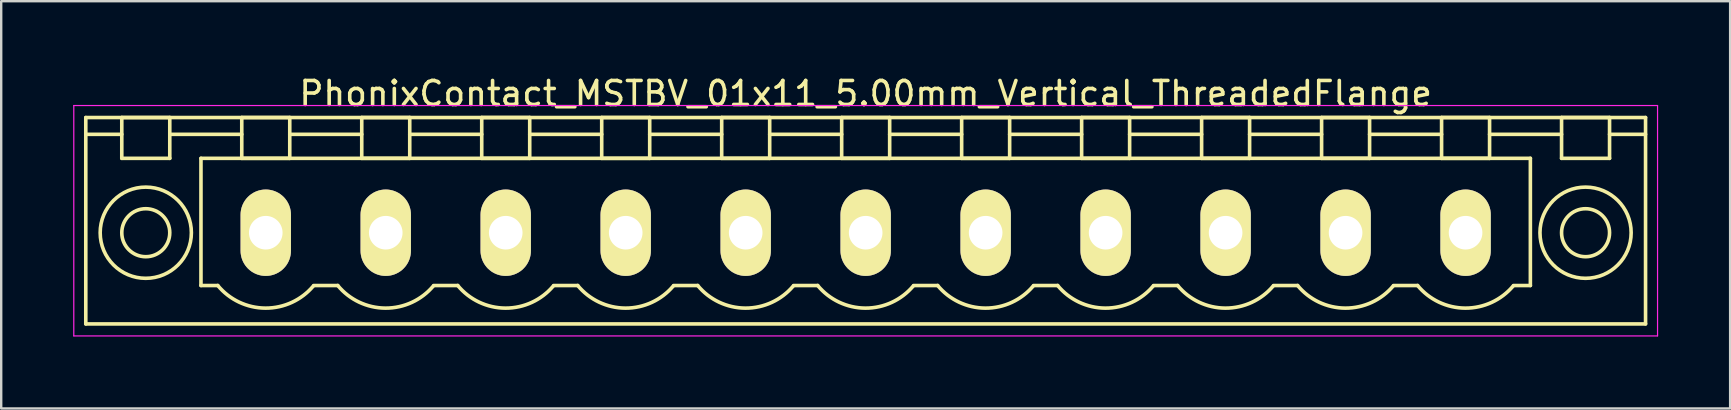
<source format=kicad_pcb>
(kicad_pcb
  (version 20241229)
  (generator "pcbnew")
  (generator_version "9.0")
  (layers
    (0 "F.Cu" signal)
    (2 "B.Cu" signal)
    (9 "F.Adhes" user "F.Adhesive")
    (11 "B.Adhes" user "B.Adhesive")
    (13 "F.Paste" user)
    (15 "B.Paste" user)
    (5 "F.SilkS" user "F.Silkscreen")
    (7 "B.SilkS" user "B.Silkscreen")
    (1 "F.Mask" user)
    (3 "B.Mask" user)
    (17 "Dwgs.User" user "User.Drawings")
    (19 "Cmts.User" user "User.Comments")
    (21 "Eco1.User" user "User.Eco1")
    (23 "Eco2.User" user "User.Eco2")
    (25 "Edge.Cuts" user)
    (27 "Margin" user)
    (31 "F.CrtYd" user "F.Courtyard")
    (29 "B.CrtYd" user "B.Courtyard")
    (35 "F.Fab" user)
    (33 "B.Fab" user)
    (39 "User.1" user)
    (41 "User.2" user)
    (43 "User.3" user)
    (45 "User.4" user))
  (footprint "PhonixContact_MSTBV_01x11_5.00mm_Vertical_ThreadedFlange"
    (layer "F.Cu")
    (at 8.025 6.648)
    (property "Reference" "PhonixContact_MSTBV_01x11_5.00mm_Vertical_ThreadedFlange" (at 25 -5.8 0) (layer "F.SilkS") (effects (font (size 1 1) (thickness 0.15))))
    (attr through_hole)
    (fp_line (start -7.5 -4.8) (end -7.5 3.8) (stroke (width 0.15) (type solid)) (layer "F.SilkS"))
    (fp_line (start -7.5 -4.1) (end -6 -4.1) (stroke (width 0.15) (type solid)) (layer "F.SilkS"))
    (fp_line (start -7.5 3.8) (end 57.5 3.8) (stroke (width 0.15) (type solid)) (layer "F.SilkS"))
    (fp_line (start -6 -4.8) (end -4 -4.8) (stroke (width 0.15) (type solid)) (layer "F.SilkS"))
    (fp_line (start -6 -3.1) (end -6 -4.8) (stroke (width 0.15) (type solid)) (layer "F.SilkS"))
    (fp_line (start -4 -4.8) (end -4 -3.1) (stroke (width 0.15) (type solid)) (layer "F.SilkS"))
    (fp_line (start -4 -4.1) (end -1 -4.1) (stroke (width 0.15) (type solid)) (layer "F.SilkS"))
    (fp_line (start -4 -3.1) (end -6 -3.1) (stroke (width 0.15) (type solid)) (layer "F.SilkS"))
    (fp_line (start -2.7 -3.1) (end 52.7 -3.1) (stroke (width 0.15) (type solid)) (layer "F.SilkS"))
    (fp_line (start -2.7 2.2) (end -2.7 -3.1) (stroke (width 0.15) (type solid)) (layer "F.SilkS"))
    (fp_line (start -2 2.2) (end -2.7 2.2) (stroke (width 0.15) (type solid)) (layer "F.SilkS"))
    (fp_line (start -1 -4.8) (end 1 -4.8) (stroke (width 0.15) (type solid)) (layer "F.SilkS"))
    (fp_line (start -1 -3.1) (end -1 -4.8) (stroke (width 0.15) (type solid)) (layer "F.SilkS"))
    (fp_line (start 1 -4.8) (end 1 -3.1) (stroke (width 0.15) (type solid)) (layer "F.SilkS"))
    (fp_line (start 1 -4.1) (end 4 -4.1) (stroke (width 0.15) (type solid)) (layer "F.SilkS"))
    (fp_line (start 1 -3.1) (end -1 -3.1) (stroke (width 0.15) (type solid)) (layer "F.SilkS"))
    (fp_line (start 2 2.2) (end 3 2.2) (stroke (width 0.15) (type solid)) (layer "F.SilkS"))
    (fp_line (start 4 -4.8) (end 6 -4.8) (stroke (width 0.15) (type solid)) (layer "F.SilkS"))
    (fp_line (start 4 -3.1) (end 4 -4.8) (stroke (width 0.15) (type solid)) (layer "F.SilkS"))
    (fp_line (start 6 -4.8) (end 6 -3.1) (stroke (width 0.15) (type solid)) (layer "F.SilkS"))
    (fp_line (start 6 -4.1) (end 9 -4.1) (stroke (width 0.15) (type solid)) (layer "F.SilkS"))
    (fp_line (start 6 -3.1) (end 4 -3.1) (stroke (width 0.15) (type solid)) (layer "F.SilkS"))
    (fp_line (start 7 2.2) (end 8 2.2) (stroke (width 0.15) (type solid)) (layer "F.SilkS"))
    (fp_line (start 9 -4.8) (end 11 -4.8) (stroke (width 0.15) (type solid)) (layer "F.SilkS"))
    (fp_line (start 9 -3.1) (end 9 -4.8) (stroke (width 0.15) (type solid)) (layer "F.SilkS"))
    (fp_line (start 11 -4.8) (end 11 -3.1) (stroke (width 0.15) (type solid)) (layer "F.SilkS"))
    (fp_line (start 11 -4.1) (end 14 -4.1) (stroke (width 0.15) (type solid)) (layer "F.SilkS"))
    (fp_line (start 11 -3.1) (end 9 -3.1) (stroke (width 0.15) (type solid)) (layer "F.SilkS"))
    (fp_line (start 12 2.2) (end 13 2.2) (stroke (width 0.15) (type solid)) (layer "F.SilkS"))
    (fp_line (start 14 -4.8) (end 16 -4.8) (stroke (width 0.15) (type solid)) (layer "F.SilkS"))
    (fp_line (start 14 -3.1) (end 14 -4.8) (stroke (width 0.15) (type solid)) (layer "F.SilkS"))
    (fp_line (start 16 -4.8) (end 16 -3.1) (stroke (width 0.15) (type solid)) (layer "F.SilkS"))
    (fp_line (start 16 -4.1) (end 19 -4.1) (stroke (width 0.15) (type solid)) (layer "F.SilkS"))
    (fp_line (start 16 -3.1) (end 14 -3.1) (stroke (width 0.15) (type solid)) (layer "F.SilkS"))
    (fp_line (start 17 2.2) (end 18 2.2) (stroke (width 0.15) (type solid)) (layer "F.SilkS"))
    (fp_line (start 19 -4.8) (end 21 -4.8) (stroke (width 0.15) (type solid)) (layer "F.SilkS"))
    (fp_line (start 19 -3.1) (end 19 -4.8) (stroke (width 0.15) (type solid)) (layer "F.SilkS"))
    (fp_line (start 21 -4.8) (end 21 -3.1) (stroke (width 0.15) (type solid)) (layer "F.SilkS"))
    (fp_line (start 21 -4.1) (end 24 -4.1) (stroke (width 0.15) (type solid)) (layer "F.SilkS"))
    (fp_line (start 21 -3.1) (end 19 -3.1) (stroke (width 0.15) (type solid)) (layer "F.SilkS"))
    (fp_line (start 22 2.2) (end 23 2.2) (stroke (width 0.15) (type solid)) (layer "F.SilkS"))
    (fp_line (start 24 -4.8) (end 26 -4.8) (stroke (width 0.15) (type solid)) (layer "F.SilkS"))
    (fp_line (start 24 -3.1) (end 24 -4.8) (stroke (width 0.15) (type solid)) (layer "F.SilkS"))
    (fp_line (start 26 -4.8) (end 26 -3.1) (stroke (width 0.15) (type solid)) (layer "F.SilkS"))
    (fp_line (start 26 -4.1) (end 29 -4.1) (stroke (width 0.15) (type solid)) (layer "F.SilkS"))
    (fp_line (start 26 -3.1) (end 24 -3.1) (stroke (width 0.15) (type solid)) (layer "F.SilkS"))
    (fp_line (start 27 2.2) (end 28 2.2) (stroke (width 0.15) (type solid)) (layer "F.SilkS"))
    (fp_line (start 29 -4.8) (end 31 -4.8) (stroke (width 0.15) (type solid)) (layer "F.SilkS"))
    (fp_line (start 29 -3.1) (end 29 -4.8) (stroke (width 0.15) (type solid)) (layer "F.SilkS"))
    (fp_line (start 31 -4.8) (end 31 -3.1) (stroke (width 0.15) (type solid)) (layer "F.SilkS"))
    (fp_line (start 31 -4.1) (end 34 -4.1) (stroke (width 0.15) (type solid)) (layer "F.SilkS"))
    (fp_line (start 31 -3.1) (end 29 -3.1) (stroke (width 0.15) (type solid)) (layer "F.SilkS"))
    (fp_line (start 32 2.2) (end 33 2.2) (stroke (width 0.15) (type solid)) (layer "F.SilkS"))
    (fp_line (start 34 -4.8) (end 36 -4.8) (stroke (width 0.15) (type solid)) (layer "F.SilkS"))
    (fp_line (start 34 -3.1) (end 34 -4.8) (stroke (width 0.15) (type solid)) (layer "F.SilkS"))
    (fp_line (start 36 -4.8) (end 36 -3.1) (stroke (width 0.15) (type solid)) (layer "F.SilkS"))
    (fp_line (start 36 -4.1) (end 39 -4.1) (stroke (width 0.15) (type solid)) (layer "F.SilkS"))
    (fp_line (start 36 -3.1) (end 34 -3.1) (stroke (width 0.15) (type solid)) (layer "F.SilkS"))
    (fp_line (start 37 2.2) (end 38 2.2) (stroke (width 0.15) (type solid)) (layer "F.SilkS"))
    (fp_line (start 39 -4.8) (end 41 -4.8) (stroke (width 0.15) (type solid)) (layer "F.SilkS"))
    (fp_line (start 39 -3.1) (end 39 -4.8) (stroke (width 0.15) (type solid)) (layer "F.SilkS"))
    (fp_line (start 41 -4.8) (end 41 -3.1) (stroke (width 0.15) (type solid)) (layer "F.SilkS"))
    (fp_line (start 41 -4.1) (end 44 -4.1) (stroke (width 0.15) (type solid)) (layer "F.SilkS"))
    (fp_line (start 41 -3.1) (end 39 -3.1) (stroke (width 0.15) (type solid)) (layer "F.SilkS"))
    (fp_line (start 42 2.2) (end 43 2.2) (stroke (width 0.15) (type solid)) (layer "F.SilkS"))
    (fp_line (start 44 -4.8) (end 46 -4.8) (stroke (width 0.15) (type solid)) (layer "F.SilkS"))
    (fp_line (start 44 -3.1) (end 44 -4.8) (stroke (width 0.15) (type solid)) (layer "F.SilkS"))
    (fp_line (start 46 -4.8) (end 46 -3.1) (stroke (width 0.15) (type solid)) (layer "F.SilkS"))
    (fp_line (start 46 -4.1) (end 49 -4.1) (stroke (width 0.15) (type solid)) (layer "F.SilkS"))
    (fp_line (start 46 -3.1) (end 44 -3.1) (stroke (width 0.15) (type solid)) (layer "F.SilkS"))
    (fp_line (start 47 2.2) (end 48 2.2) (stroke (width 0.15) (type solid)) (layer "F.SilkS"))
    (fp_line (start 49 -4.8) (end 51 -4.8) (stroke (width 0.15) (type solid)) (layer "F.SilkS"))
    (fp_line (start 49 -3.1) (end 49 -4.8) (stroke (width 0.15) (type solid)) (layer "F.SilkS"))
    (fp_line (start 51 -4.8) (end 51 -3.1) (stroke (width 0.15) (type solid)) (layer "F.SilkS"))
    (fp_line (start 51 -4.1) (end 54 -4.1) (stroke (width 0.15) (type solid)) (layer "F.SilkS"))
    (fp_line (start 51 -3.1) (end 49 -3.1) (stroke (width 0.15) (type solid)) (layer "F.SilkS"))
    (fp_line (start 52.7 -3.1) (end 52.7 2.2) (stroke (width 0.15) (type solid)) (layer "F.SilkS"))
    (fp_line (start 52.7 2.2) (end 52 2.2) (stroke (width 0.15) (type solid)) (layer "F.SilkS"))
    (fp_line (start 54 -4.8) (end 56 -4.8) (stroke (width 0.15) (type solid)) (layer "F.SilkS"))
    (fp_line (start 54 -3.1) (end 54 -4.8) (stroke (width 0.15) (type solid)) (layer "F.SilkS"))
    (fp_line (start 56 -4.8) (end 56 -3.1) (stroke (width 0.15) (type solid)) (layer "F.SilkS"))
    (fp_line (start 56 -3.1) (end 54 -3.1) (stroke (width 0.15) (type solid)) (layer "F.SilkS"))
    (fp_line (start 57.5 -4.8) (end -7.5 -4.8) (stroke (width 0.15) (type solid)) (layer "F.SilkS"))
    (fp_line (start 57.5 -4.1) (end 56 -4.1) (stroke (width 0.15) (type solid)) (layer "F.SilkS"))
    (fp_line (start 57.5 3.8) (end 57.5 -4.8) (stroke (width 0.15) (type solid)) (layer "F.SilkS"))
    (fp_arc (start 1.986842 2.215821) (mid -0.010289 3.142758) (end -2 2.2) (stroke (width 0.15) (type solid)) (layer "F.SilkS"))
    (fp_arc (start 6.986842 2.215821) (mid 4.989711 3.142758) (end 3 2.2) (stroke (width 0.15) (type solid)) (layer "F.SilkS"))
    (fp_arc (start 11.986842 2.215821) (mid 9.989711 3.142758) (end 8 2.2) (stroke (width 0.15) (type solid)) (layer "F.SilkS"))
    (fp_arc (start 16.986842 2.215821) (mid 14.989711 3.142758) (end 13 2.2) (stroke (width 0.15) (type solid)) (layer "F.SilkS"))
    (fp_arc (start 21.986842 2.215821) (mid 19.989711 3.142758) (end 18 2.2) (stroke (width 0.15) (type solid)) (layer "F.SilkS"))
    (fp_arc (start 26.986842 2.215821) (mid 24.989711 3.142758) (end 23 2.2) (stroke (width 0.15) (type solid)) (layer "F.SilkS"))
    (fp_arc (start 31.986842 2.215821) (mid 29.989711 3.142758) (end 28 2.2) (stroke (width 0.15) (type solid)) (layer "F.SilkS"))
    (fp_arc (start 36.986842 2.215821) (mid 34.989711 3.142758) (end 33 2.2) (stroke (width 0.15) (type solid)) (layer "F.SilkS"))
    (fp_arc (start 41.986842 2.215821) (mid 39.989711 3.142758) (end 38 2.2) (stroke (width 0.15) (type solid)) (layer "F.SilkS"))
    (fp_arc (start 46.986842 2.215821) (mid 44.989711 3.142758) (end 43 2.2) (stroke (width 0.15) (type solid)) (layer "F.SilkS"))
    (fp_arc (start 51.986842 2.215821) (mid 49.989711 3.142758) (end 48 2.2) (stroke (width 0.15) (type solid)) (layer "F.SilkS"))
    (fp_circle (center -5 0) (end -4 0) (stroke (width 0.15) (type solid)) (fill no) (layer "F.SilkS"))
    (fp_circle (center -5 0) (end -3.1 0) (stroke (width 0.15) (type solid)) (fill no) (layer "F.SilkS"))
    (fp_circle (center 55 0) (end 56 0) (stroke (width 0.15) (type solid)) (fill no) (layer "F.SilkS"))
    (fp_circle (center 55 0) (end 56.9 0) (stroke (width 0.15) (type solid)) (fill no) (layer "F.SilkS"))
    (fp_line (start -8 -5.3) (end -8 4.3) (stroke (width 0.05) (type solid)) (layer "F.CrtYd"))
    (fp_line (start -8 4.3) (end 58 4.3) (stroke (width 0.05) (type solid)) (layer "F.CrtYd"))
    (fp_line (start 58 -5.3) (end -8 -5.3) (stroke (width 0.05) (type solid)) (layer "F.CrtYd"))
    (fp_line (start 58 4.3) (end 58 -5.3) (stroke (width 0.05) (type solid)) (layer "F.CrtYd"))
    (pad "1" thru_hole oval (at 0 0) (size 2.1 3.6) (drill 1.4) (layers "*.Cu" "*.Mask" "F.SilkS"))
    (pad "2" thru_hole oval (at 5 0) (size 2.1 3.6) (drill 1.4) (layers "*.Cu" "*.Mask" "F.SilkS"))
    (pad "3" thru_hole oval (at 10 0) (size 2.1 3.6) (drill 1.4) (layers "*.Cu" "*.Mask" "F.SilkS"))
    (pad "4" thru_hole oval (at 15 0) (size 2.1 3.6) (drill 1.4) (layers "*.Cu" "*.Mask" "F.SilkS"))
    (pad "5" thru_hole oval (at 20 0) (size 2.1 3.6) (drill 1.4) (layers "*.Cu" "*.Mask" "F.SilkS"))
    (pad "6" thru_hole oval (at 25 0) (size 2.1 3.6) (drill 1.4) (layers "*.Cu" "*.Mask" "F.SilkS"))
    (pad "7" thru_hole oval (at 30 0) (size 2.1 3.6) (drill 1.4) (layers "*.Cu" "*.Mask" "F.SilkS"))
    (pad "8" thru_hole oval (at 35 0) (size 2.1 3.6) (drill 1.4) (layers "*.Cu" "*.Mask" "F.SilkS"))
    (pad "9" thru_hole oval (at 40 0) (size 2.1 3.6) (drill 1.4) (layers "*.Cu" "*.Mask" "F.SilkS"))
    (pad "10" thru_hole oval (at 45 0) (size 2.1 3.6) (drill 1.4) (layers "*.Cu" "*.Mask" "F.SilkS"))
    (pad "11" thru_hole oval (at 50 0) (size 2.1 3.6) (drill 1.4) (layers "*.Cu" "*.Mask" "F.SilkS")))
  (gr_rect
    (start -3 -3)
    (end 69.05 13.973)
    (stroke (width 0.1) (type default))
    (fill no)
    (layer "Edge.Cuts")))
</source>
